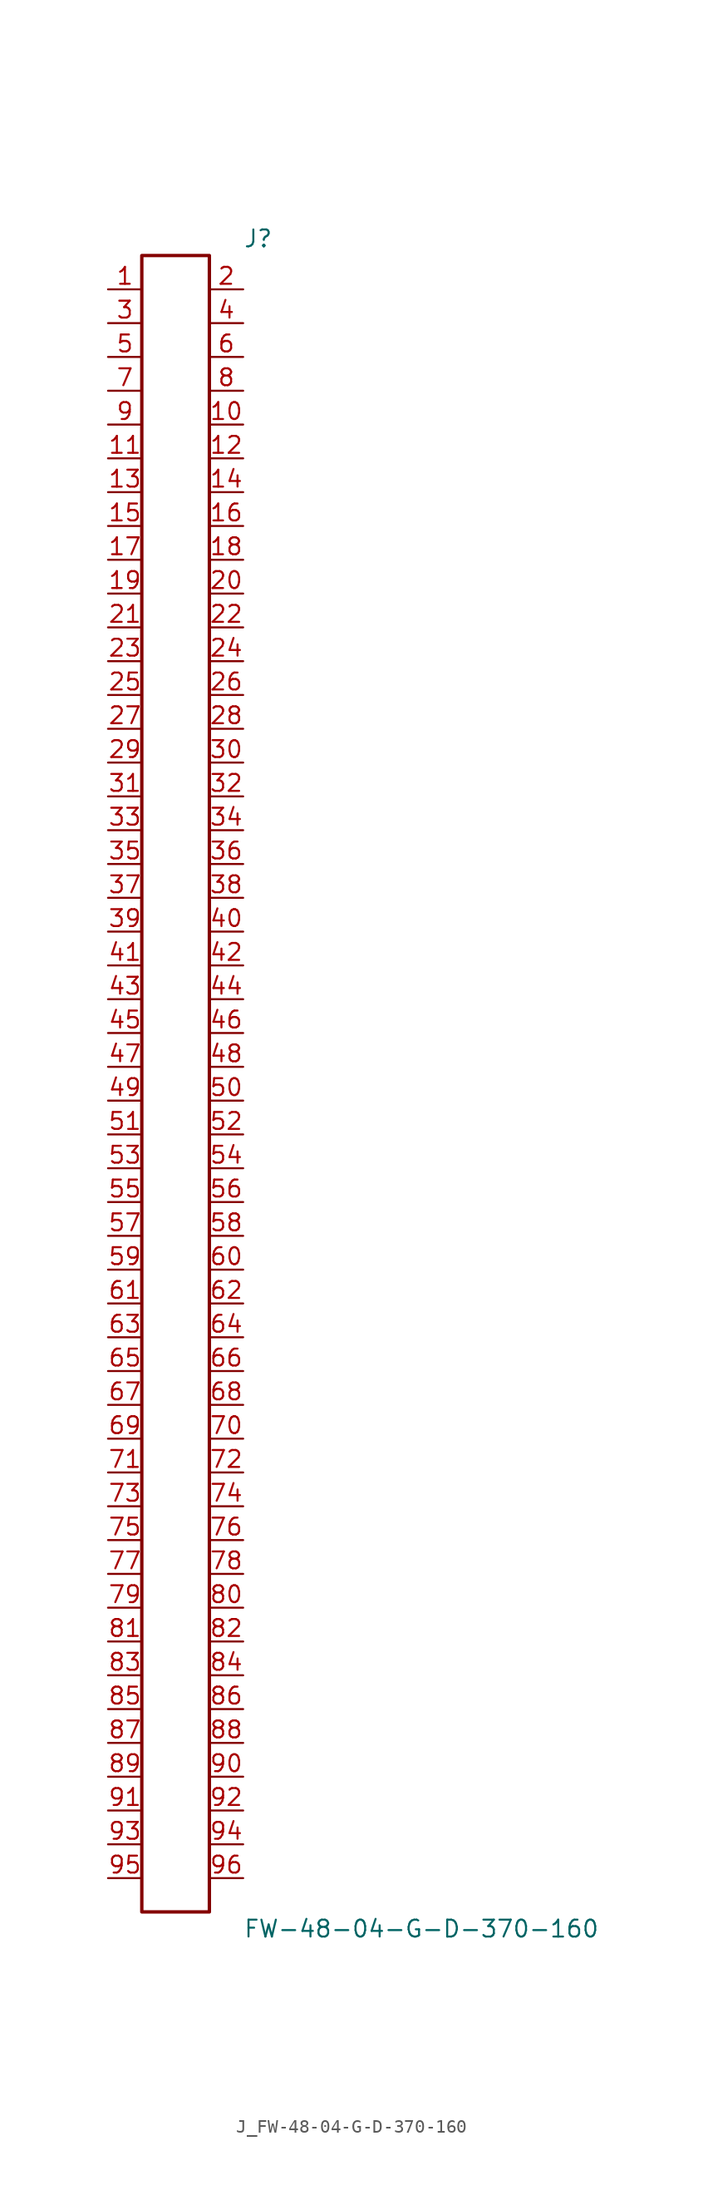
<source format=kicad_sym>
(kicad_symbol_lib
  (version 20231120)
  (generator kicad_symbol_editor)
  (generator_version 8.0)
  (symbol "J_FW-48-04-G-D-370-160"
    (pin_names
      (offset 0.254))
    (property "Reference" "J"
      (at 5.08 63.5 0)
      (effects (font (size 1.27 1.27)) (justify left)))
    (property "Value" "FW-48-04-G-D-370-160"
      (at 5.08 -63.5 0)
      (effects (font (size 1.27 1.27)) (justify left)))
    (symbol "J_FW-48-04-G-D-370-160_0_0"
      (pin unspecified line (at -5.08 59.69 0) (length 2.54) (name "" (effects (font (size 1.27 1.27)))) (number "1" (effects (font (size 1.27 1.27)))))
      (pin unspecified line (at 5.08 59.69 180) (length 2.54) (name "" (effects (font (size 1.27 1.27)))) (number "2" (effects (font (size 1.27 1.27)))))
      (pin unspecified line (at -5.08 57.15 0) (length 2.54) (name "" (effects (font (size 1.27 1.27)))) (number "3" (effects (font (size 1.27 1.27)))))
      (pin unspecified line (at 5.08 57.15 180) (length 2.54) (name "" (effects (font (size 1.27 1.27)))) (number "4" (effects (font (size 1.27 1.27)))))
      (pin unspecified line (at -5.08 54.61 0) (length 2.54) (name "" (effects (font (size 1.27 1.27)))) (number "5" (effects (font (size 1.27 1.27)))))
      (pin unspecified line (at 5.08 54.61 180) (length 2.54) (name "" (effects (font (size 1.27 1.27)))) (number "6" (effects (font (size 1.27 1.27)))))
      (pin unspecified line (at -5.08 52.07 0) (length 2.54) (name "" (effects (font (size 1.27 1.27)))) (number "7" (effects (font (size 1.27 1.27)))))
      (pin unspecified line (at 5.08 52.07 180) (length 2.54) (name "" (effects (font (size 1.27 1.27)))) (number "8" (effects (font (size 1.27 1.27)))))
      (pin unspecified line (at -5.08 49.53 0) (length 2.54) (name "" (effects (font (size 1.27 1.27)))) (number "9" (effects (font (size 1.27 1.27)))))
      (pin unspecified line (at 5.08 49.53 180) (length 2.54) (name "" (effects (font (size 1.27 1.27)))) (number "10" (effects (font (size 1.27 1.27)))))
      (pin unspecified line (at -5.08 46.99 0) (length 2.54) (name "" (effects (font (size 1.27 1.27)))) (number "11" (effects (font (size 1.27 1.27)))))
      (pin unspecified line (at 5.08 46.99 180) (length 2.54) (name "" (effects (font (size 1.27 1.27)))) (number "12" (effects (font (size 1.27 1.27)))))
      (pin unspecified line (at -5.08 44.45 0) (length 2.54) (name "" (effects (font (size 1.27 1.27)))) (number "13" (effects (font (size 1.27 1.27)))))
      (pin unspecified line (at 5.08 44.45 180) (length 2.54) (name "" (effects (font (size 1.27 1.27)))) (number "14" (effects (font (size 1.27 1.27)))))
      (pin unspecified line (at -5.08 41.91 0) (length 2.54) (name "" (effects (font (size 1.27 1.27)))) (number "15" (effects (font (size 1.27 1.27)))))
      (pin unspecified line (at 5.08 41.91 180) (length 2.54) (name "" (effects (font (size 1.27 1.27)))) (number "16" (effects (font (size 1.27 1.27)))))
      (pin unspecified line (at -5.08 39.37 0) (length 2.54) (name "" (effects (font (size 1.27 1.27)))) (number "17" (effects (font (size 1.27 1.27)))))
      (pin unspecified line (at 5.08 39.37 180) (length 2.54) (name "" (effects (font (size 1.27 1.27)))) (number "18" (effects (font (size 1.27 1.27)))))
      (pin unspecified line (at -5.08 36.83 0) (length 2.54) (name "" (effects (font (size 1.27 1.27)))) (number "19" (effects (font (size 1.27 1.27)))))
      (pin unspecified line (at 5.08 36.83 180) (length 2.54) (name "" (effects (font (size 1.27 1.27)))) (number "20" (effects (font (size 1.27 1.27)))))
      (pin unspecified line (at -5.08 34.29 0) (length 2.54) (name "" (effects (font (size 1.27 1.27)))) (number "21" (effects (font (size 1.27 1.27)))))
      (pin unspecified line (at 5.08 34.29 180) (length 2.54) (name "" (effects (font (size 1.27 1.27)))) (number "22" (effects (font (size 1.27 1.27)))))
      (pin unspecified line (at -5.08 31.75 0) (length 2.54) (name "" (effects (font (size 1.27 1.27)))) (number "23" (effects (font (size 1.27 1.27)))))
      (pin unspecified line (at 5.08 31.75 180) (length 2.54) (name "" (effects (font (size 1.27 1.27)))) (number "24" (effects (font (size 1.27 1.27)))))
      (pin unspecified line (at -5.08 29.21 0) (length 2.54) (name "" (effects (font (size 1.27 1.27)))) (number "25" (effects (font (size 1.27 1.27)))))
      (pin unspecified line (at 5.08 29.21 180) (length 2.54) (name "" (effects (font (size 1.27 1.27)))) (number "26" (effects (font (size 1.27 1.27)))))
      (pin unspecified line (at -5.08 26.67 0) (length 2.54) (name "" (effects (font (size 1.27 1.27)))) (number "27" (effects (font (size 1.27 1.27)))))
      (pin unspecified line (at 5.08 26.67 180) (length 2.54) (name "" (effects (font (size 1.27 1.27)))) (number "28" (effects (font (size 1.27 1.27)))))
      (pin unspecified line (at -5.08 24.13 0) (length 2.54) (name "" (effects (font (size 1.27 1.27)))) (number "29" (effects (font (size 1.27 1.27)))))
      (pin unspecified line (at 5.08 24.13 180) (length 2.54) (name "" (effects (font (size 1.27 1.27)))) (number "30" (effects (font (size 1.27 1.27)))))
      (pin unspecified line (at -5.08 21.59 0) (length 2.54) (name "" (effects (font (size 1.27 1.27)))) (number "31" (effects (font (size 1.27 1.27)))))
      (pin unspecified line (at 5.08 21.59 180) (length 2.54) (name "" (effects (font (size 1.27 1.27)))) (number "32" (effects (font (size 1.27 1.27)))))
      (pin unspecified line (at -5.08 19.05 0) (length 2.54) (name "" (effects (font (size 1.27 1.27)))) (number "33" (effects (font (size 1.27 1.27)))))
      (pin unspecified line (at 5.08 19.05 180) (length 2.54) (name "" (effects (font (size 1.27 1.27)))) (number "34" (effects (font (size 1.27 1.27)))))
      (pin unspecified line (at -5.08 16.51 0) (length 2.54) (name "" (effects (font (size 1.27 1.27)))) (number "35" (effects (font (size 1.27 1.27)))))
      (pin unspecified line (at 5.08 16.51 180) (length 2.54) (name "" (effects (font (size 1.27 1.27)))) (number "36" (effects (font (size 1.27 1.27)))))
      (pin unspecified line (at -5.08 13.97 0) (length 2.54) (name "" (effects (font (size 1.27 1.27)))) (number "37" (effects (font (size 1.27 1.27)))))
      (pin unspecified line (at 5.08 13.97 180) (length 2.54) (name "" (effects (font (size 1.27 1.27)))) (number "38" (effects (font (size 1.27 1.27)))))
      (pin unspecified line (at -5.08 11.43 0) (length 2.54) (name "" (effects (font (size 1.27 1.27)))) (number "39" (effects (font (size 1.27 1.27)))))
      (pin unspecified line (at 5.08 11.43 180) (length 2.54) (name "" (effects (font (size 1.27 1.27)))) (number "40" (effects (font (size 1.27 1.27)))))
      (pin unspecified line (at -5.08 8.89 0) (length 2.54) (name "" (effects (font (size 1.27 1.27)))) (number "41" (effects (font (size 1.27 1.27)))))
      (pin unspecified line (at 5.08 8.89 180) (length 2.54) (name "" (effects (font (size 1.27 1.27)))) (number "42" (effects (font (size 1.27 1.27)))))
      (pin unspecified line (at -5.08 6.35 0) (length 2.54) (name "" (effects (font (size 1.27 1.27)))) (number "43" (effects (font (size 1.27 1.27)))))
      (pin unspecified line (at 5.08 6.35 180) (length 2.54) (name "" (effects (font (size 1.27 1.27)))) (number "44" (effects (font (size 1.27 1.27)))))
      (pin unspecified line (at -5.08 3.81 0) (length 2.54) (name "" (effects (font (size 1.27 1.27)))) (number "45" (effects (font (size 1.27 1.27)))))
      (pin unspecified line (at 5.08 3.81 180) (length 2.54) (name "" (effects (font (size 1.27 1.27)))) (number "46" (effects (font (size 1.27 1.27)))))
      (pin unspecified line (at -5.08 1.27 0) (length 2.54) (name "" (effects (font (size 1.27 1.27)))) (number "47" (effects (font (size 1.27 1.27)))))
      (pin unspecified line (at 5.08 1.27 180) (length 2.54) (name "" (effects (font (size 1.27 1.27)))) (number "48" (effects (font (size 1.27 1.27)))))
      (pin unspecified line (at -5.08 -1.27 0) (length 2.54) (name "" (effects (font (size 1.27 1.27)))) (number "49" (effects (font (size 1.27 1.27)))))
      (pin unspecified line (at 5.08 -1.27 180) (length 2.54) (name "" (effects (font (size 1.27 1.27)))) (number "50" (effects (font (size 1.27 1.27)))))
      (pin unspecified line (at -5.08 -3.81 0) (length 2.54) (name "" (effects (font (size 1.27 1.27)))) (number "51" (effects (font (size 1.27 1.27)))))
      (pin unspecified line (at 5.08 -3.81 180) (length 2.54) (name "" (effects (font (size 1.27 1.27)))) (number "52" (effects (font (size 1.27 1.27)))))
      (pin unspecified line (at -5.08 -6.35 0) (length 2.54) (name "" (effects (font (size 1.27 1.27)))) (number "53" (effects (font (size 1.27 1.27)))))
      (pin unspecified line (at 5.08 -6.35 180) (length 2.54) (name "" (effects (font (size 1.27 1.27)))) (number "54" (effects (font (size 1.27 1.27)))))
      (pin unspecified line (at -5.08 -8.89 0) (length 2.54) (name "" (effects (font (size 1.27 1.27)))) (number "55" (effects (font (size 1.27 1.27)))))
      (pin unspecified line (at 5.08 -8.89 180) (length 2.54) (name "" (effects (font (size 1.27 1.27)))) (number "56" (effects (font (size 1.27 1.27)))))
      (pin unspecified line (at -5.08 -11.43 0) (length 2.54) (name "" (effects (font (size 1.27 1.27)))) (number "57" (effects (font (size 1.27 1.27)))))
      (pin unspecified line (at 5.08 -11.43 180) (length 2.54) (name "" (effects (font (size 1.27 1.27)))) (number "58" (effects (font (size 1.27 1.27)))))
      (pin unspecified line (at -5.08 -13.97 0) (length 2.54) (name "" (effects (font (size 1.27 1.27)))) (number "59" (effects (font (size 1.27 1.27)))))
      (pin unspecified line (at 5.08 -13.97 180) (length 2.54) (name "" (effects (font (size 1.27 1.27)))) (number "60" (effects (font (size 1.27 1.27)))))
      (pin unspecified line (at -5.08 -16.51 0) (length 2.54) (name "" (effects (font (size 1.27 1.27)))) (number "61" (effects (font (size 1.27 1.27)))))
      (pin unspecified line (at 5.08 -16.51 180) (length 2.54) (name "" (effects (font (size 1.27 1.27)))) (number "62" (effects (font (size 1.27 1.27)))))
      (pin unspecified line (at -5.08 -19.05 0) (length 2.54) (name "" (effects (font (size 1.27 1.27)))) (number "63" (effects (font (size 1.27 1.27)))))
      (pin unspecified line (at 5.08 -19.05 180) (length 2.54) (name "" (effects (font (size 1.27 1.27)))) (number "64" (effects (font (size 1.27 1.27)))))
      (pin unspecified line (at -5.08 -21.59 0) (length 2.54) (name "" (effects (font (size 1.27 1.27)))) (number "65" (effects (font (size 1.27 1.27)))))
      (pin unspecified line (at 5.08 -21.59 180) (length 2.54) (name "" (effects (font (size 1.27 1.27)))) (number "66" (effects (font (size 1.27 1.27)))))
      (pin unspecified line (at -5.08 -24.13 0) (length 2.54) (name "" (effects (font (size 1.27 1.27)))) (number "67" (effects (font (size 1.27 1.27)))))
      (pin unspecified line (at 5.08 -24.13 180) (length 2.54) (name "" (effects (font (size 1.27 1.27)))) (number "68" (effects (font (size 1.27 1.27)))))
      (pin unspecified line (at -5.08 -26.67 0) (length 2.54) (name "" (effects (font (size 1.27 1.27)))) (number "69" (effects (font (size 1.27 1.27)))))
      (pin unspecified line (at 5.08 -26.67 180) (length 2.54) (name "" (effects (font (size 1.27 1.27)))) (number "70" (effects (font (size 1.27 1.27)))))
      (pin unspecified line (at -5.08 -29.21 0) (length 2.54) (name "" (effects (font (size 1.27 1.27)))) (number "71" (effects (font (size 1.27 1.27)))))
      (pin unspecified line (at 5.08 -29.21 180) (length 2.54) (name "" (effects (font (size 1.27 1.27)))) (number "72" (effects (font (size 1.27 1.27)))))
      (pin unspecified line (at -5.08 -31.75 0) (length 2.54) (name "" (effects (font (size 1.27 1.27)))) (number "73" (effects (font (size 1.27 1.27)))))
      (pin unspecified line (at 5.08 -31.75 180) (length 2.54) (name "" (effects (font (size 1.27 1.27)))) (number "74" (effects (font (size 1.27 1.27)))))
      (pin unspecified line (at -5.08 -34.29 0) (length 2.54) (name "" (effects (font (size 1.27 1.27)))) (number "75" (effects (font (size 1.27 1.27)))))
      (pin unspecified line (at 5.08 -34.29 180) (length 2.54) (name "" (effects (font (size 1.27 1.27)))) (number "76" (effects (font (size 1.27 1.27)))))
      (pin unspecified line (at -5.08 -36.83 0) (length 2.54) (name "" (effects (font (size 1.27 1.27)))) (number "77" (effects (font (size 1.27 1.27)))))
      (pin unspecified line (at 5.08 -36.83 180) (length 2.54) (name "" (effects (font (size 1.27 1.27)))) (number "78" (effects (font (size 1.27 1.27)))))
      (pin unspecified line (at -5.08 -39.37 0) (length 2.54) (name "" (effects (font (size 1.27 1.27)))) (number "79" (effects (font (size 1.27 1.27)))))
      (pin unspecified line (at 5.08 -39.37 180) (length 2.54) (name "" (effects (font (size 1.27 1.27)))) (number "80" (effects (font (size 1.27 1.27)))))
      (pin unspecified line (at -5.08 -41.91 0) (length 2.54) (name "" (effects (font (size 1.27 1.27)))) (number "81" (effects (font (size 1.27 1.27)))))
      (pin unspecified line (at 5.08 -41.91 180) (length 2.54) (name "" (effects (font (size 1.27 1.27)))) (number "82" (effects (font (size 1.27 1.27)))))
      (pin unspecified line (at -5.08 -44.45 0) (length 2.54) (name "" (effects (font (size 1.27 1.27)))) (number "83" (effects (font (size 1.27 1.27)))))
      (pin unspecified line (at 5.08 -44.45 180) (length 2.54) (name "" (effects (font (size 1.27 1.27)))) (number "84" (effects (font (size 1.27 1.27)))))
      (pin unspecified line (at -5.08 -46.99 0) (length 2.54) (name "" (effects (font (size 1.27 1.27)))) (number "85" (effects (font (size 1.27 1.27)))))
      (pin unspecified line (at 5.08 -46.99 180) (length 2.54) (name "" (effects (font (size 1.27 1.27)))) (number "86" (effects (font (size 1.27 1.27)))))
      (pin unspecified line (at -5.08 -49.53 0) (length 2.54) (name "" (effects (font (size 1.27 1.27)))) (number "87" (effects (font (size 1.27 1.27)))))
      (pin unspecified line (at 5.08 -49.53 180) (length 2.54) (name "" (effects (font (size 1.27 1.27)))) (number "88" (effects (font (size 1.27 1.27)))))
      (pin unspecified line (at -5.08 -52.07 0) (length 2.54) (name "" (effects (font (size 1.27 1.27)))) (number "89" (effects (font (size 1.27 1.27)))))
      (pin unspecified line (at 5.08 -52.07 180) (length 2.54) (name "" (effects (font (size 1.27 1.27)))) (number "90" (effects (font (size 1.27 1.27)))))
      (pin unspecified line (at -5.08 -54.61 0) (length 2.54) (name "" (effects (font (size 1.27 1.27)))) (number "91" (effects (font (size 1.27 1.27)))))
      (pin unspecified line (at 5.08 -54.61 180) (length 2.54) (name "" (effects (font (size 1.27 1.27)))) (number "92" (effects (font (size 1.27 1.27)))))
      (pin unspecified line (at -5.08 -57.15 0) (length 2.54) (name "" (effects (font (size 1.27 1.27)))) (number "93" (effects (font (size 1.27 1.27)))))
      (pin unspecified line (at 5.08 -57.15 180) (length 2.54) (name "" (effects (font (size 1.27 1.27)))) (number "94" (effects (font (size 1.27 1.27)))))
      (pin unspecified line (at -5.08 -59.69 0) (length 2.54) (name "" (effects (font (size 1.27 1.27)))) (number "95" (effects (font (size 1.27 1.27)))))
      (pin unspecified line (at 5.08 -59.69 180) (length 2.54) (name "" (effects (font (size 1.27 1.27)))) (number "96" (effects (font (size 1.27 1.27))))))
    (symbol "J_FW-48-04-G-D-370-160_1_0"
      (rectangle (start -2.54 62.23) (end 2.54 -62.23) (stroke (width 0.254) (type solid)) (fill (type none))))))
</source>
